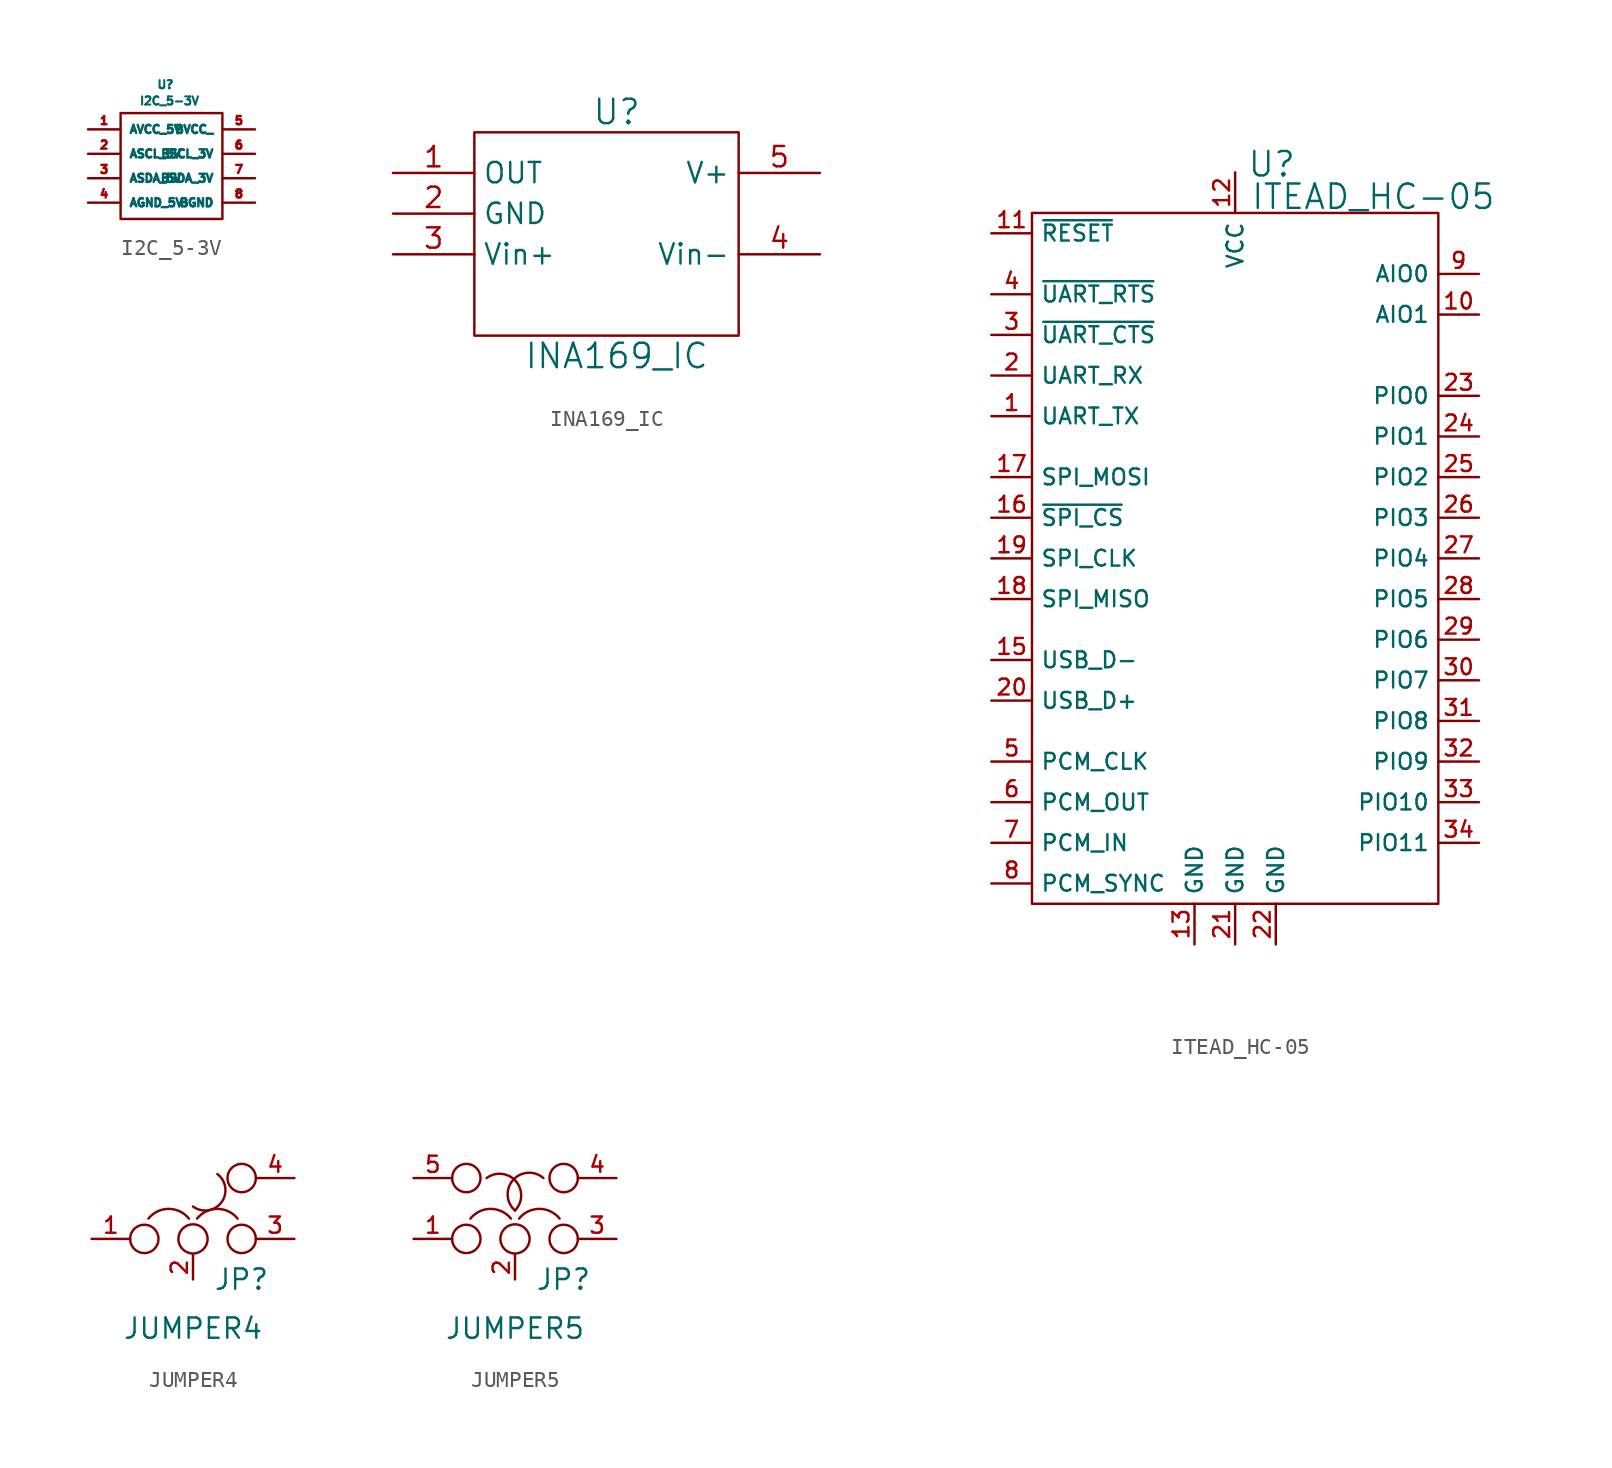
<source format=kicad_sym>
(kicad_symbol_lib
  (version 20201005)
  (generator kicad_symbol_editor)
  (symbol "Zimprich_neu:I2C_5-3V"
    (property "Reference" "U"
      (at -0.254 4.826 0)
      (effects (font (size 0.508 0.508))))
    (property "Value" "I2C_5-3V"
      (at 0 3.81 0)
      (effects (font (size 0.508 0.508))))
    (property "Footprint" ""
      (at 0 0 0)
      (effects (font (size 1.524 1.524))))
    (property "Datasheet" ""
      (at 0 0 0)
      (effects (font (size 1.524 1.524))))
    (symbol "I2C_5-3V_0_1"
      (rectangle (start -3.048 3.048) (end 3.302 -3.556) (stroke (width 0)) (fill (type none))))
    (symbol "I2C_5-3V_1_1"
      (pin input line (at -5.08 2.032 0) (length 2.007) (name "AVCC_5V" (effects (font (size 0.508 0.508)))) (number "1" (effects (font (size 0.508 0.508)))))
      (pin input line (at -5.08 0.508 0) (length 2.007) (name "ASCL_5V" (effects (font (size 0.508 0.508)))) (number "2" (effects (font (size 0.508 0.508)))))
      (pin input line (at -5.08 -1.016 0) (length 2.007) (name "ASDA_5V" (effects (font (size 0.508 0.508)))) (number "3" (effects (font (size 0.508 0.508)))))
      (pin input line (at -5.08 -2.54 0) (length 2.007) (name "AGND_5V" (effects (font (size 0.508 0.508)))) (number "4" (effects (font (size 0.508 0.508)))))
      (pin input line (at 5.334 2.032 180) (length 2.007) (name "BVCC_" (effects (font (size 0.508 0.508)))) (number "5" (effects (font (size 0.508 0.508)))))
      (pin input line (at 5.334 0.508 180) (length 2.007) (name "BSCL_3V" (effects (font (size 0.508 0.508)))) (number "6" (effects (font (size 0.508 0.508)))))
      (pin input line (at 5.334 -1.016 180) (length 2.007) (name "BSDA_3V" (effects (font (size 0.508 0.508)))) (number "7" (effects (font (size 0.508 0.508)))))
      (pin input line (at 5.334 -2.54 180) (length 2.007) (name "BGND" (effects (font (size 0.508 0.508)))) (number "8" (effects (font (size 0.508 0.508)))))))
  (symbol "Zimprich_neu:INA169_IC"
    (property "Reference" "U"
      (at 0 7.62 0)
      (effects (font (size 1.524 1.524))))
    (property "Value" "INA169_IC"
      (at 0 -7.62 0)
      (effects (font (size 1.524 1.524))))
    (property "Footprint" ""
      (at 0 -7.62 0)
      (effects (font (size 1.524 1.524))))
    (property "Datasheet" ""
      (at 0 -7.62 0)
      (effects (font (size 1.524 1.524))))
    (symbol "INA169_IC_0_1"
      (rectangle (start -8.89 6.35) (end 7.62 -6.35) (stroke (width 0)) (fill (type none))))
    (symbol "INA169_IC_1_1"
      (pin output line (at -13.97 3.81 0) (length 5.08) (name "OUT" (effects (font (size 1.27 1.27)))) (number "1" (effects (font (size 1.27 1.27)))))
      (pin input line (at -13.97 1.27 0) (length 5.08) (name "GND" (effects (font (size 1.27 1.27)))) (number "2" (effects (font (size 1.27 1.27)))))
      (pin input line (at -13.97 -1.27 0) (length 5.08) (name "Vin+" (effects (font (size 1.27 1.27)))) (number "3" (effects (font (size 1.27 1.27)))))
      (pin input line (at 12.7 -1.27 180) (length 5.08) (name "Vin-" (effects (font (size 1.27 1.27)))) (number "4" (effects (font (size 1.27 1.27)))))
      (pin input line (at 12.7 3.81 180) (length 5.08) (name "V+" (effects (font (size 1.27 1.27)))) (number "5" (effects (font (size 1.27 1.27)))))))
  (symbol "Zimprich_neu:ITEAD_HC-05"
    (property "Reference" "U"
      (at 2.286 24.638 0)
      (effects (font (size 1.524 1.524))))
    (property "Value" "ITEAD_HC-05"
      (at 8.636 22.606 0)
      (effects (font (size 1.524 1.524))))
    (property "Footprint" ""
      (at 0 0 0)
      (effects (font (size 1.524 1.524))))
    (property "Datasheet" ""
      (at 0 0 0)
      (effects (font (size 1.524 1.524))))
    (symbol "ITEAD_HC-05_0_1"
      (rectangle (start -12.7 21.59) (end 12.7 -21.59) (stroke (width 0)) (fill (type none))))
    (symbol "ITEAD_HC-05_1_1"
      (pin passive line (at -15.24 8.89 0) (length 2.54) (name "UART_TX" (effects (font (size 0.991 0.991)))) (number "1" (effects (font (size 0.991 0.991)))))
      (pin passive line (at 15.24 15.24 180) (length 2.54) (name "AIO1" (effects (font (size 0.991 0.991)))) (number "10" (effects (font (size 0.991 0.991)))))
      (pin passive line (at -15.24 20.32 0) (length 2.54) (name "~RESET" (effects (font (size 0.991 0.991)))) (number "11" (effects (font (size 0.991 0.991)))))
      (pin passive line (at 0 24.13 270) (length 2.54) (name "VCC" (effects (font (size 0.991 0.991)))) (number "12" (effects (font (size 0.991 0.991)))))
      (pin passive line (at -2.54 -24.13 90) (length 2.54) (name "GND" (effects (font (size 0.991 0.991)))) (number "13" (effects (font (size 0.991 0.991)))))
      (pin passive line (at -15.24 -6.35 0) (length 2.54) (name "USB_D-" (effects (font (size 0.991 0.991)))) (number "15" (effects (font (size 0.991 0.991)))))
      (pin passive line (at -15.24 2.54 0) (length 2.54) (name "~SPI_CS" (effects (font (size 0.991 0.991)))) (number "16" (effects (font (size 0.991 0.991)))))
      (pin passive line (at -15.24 5.08 0) (length 2.54) (name "SPI_MOSI" (effects (font (size 0.991 0.991)))) (number "17" (effects (font (size 0.991 0.991)))))
      (pin passive line (at -15.24 -2.54 0) (length 2.54) (name "SPI_MISO" (effects (font (size 0.991 0.991)))) (number "18" (effects (font (size 0.991 0.991)))))
      (pin passive line (at -15.24 0 0) (length 2.54) (name "SPI_CLK" (effects (font (size 0.991 0.991)))) (number "19" (effects (font (size 0.991 0.991)))))
      (pin passive line (at -15.24 11.43 0) (length 2.54) (name "UART_RX" (effects (font (size 0.991 0.991)))) (number "2" (effects (font (size 0.991 0.991)))))
      (pin passive line (at -15.24 -8.89 0) (length 2.54) (name "USB_D+" (effects (font (size 0.991 0.991)))) (number "20" (effects (font (size 0.991 0.991)))))
      (pin passive line (at 0 -24.13 90) (length 2.54) (name "GND" (effects (font (size 0.991 0.991)))) (number "21" (effects (font (size 0.991 0.991)))))
      (pin passive line (at 2.54 -24.13 90) (length 2.54) (name "GND" (effects (font (size 0.991 0.991)))) (number "22" (effects (font (size 0.991 0.991)))))
      (pin passive line (at 15.24 10.16 180) (length 2.54) (name "PIO0" (effects (font (size 0.991 0.991)))) (number "23" (effects (font (size 0.991 0.991)))))
      (pin passive line (at 15.24 7.62 180) (length 2.54) (name "PIO1" (effects (font (size 0.991 0.991)))) (number "24" (effects (font (size 0.991 0.991)))))
      (pin passive line (at 15.24 5.08 180) (length 2.54) (name "PIO2" (effects (font (size 0.991 0.991)))) (number "25" (effects (font (size 0.991 0.991)))))
      (pin passive line (at 15.24 2.54 180) (length 2.54) (name "PIO3" (effects (font (size 0.991 0.991)))) (number "26" (effects (font (size 0.991 0.991)))))
      (pin passive line (at 15.24 0 180) (length 2.54) (name "PIO4" (effects (font (size 0.991 0.991)))) (number "27" (effects (font (size 0.991 0.991)))))
      (pin passive line (at 15.24 -2.54 180) (length 2.54) (name "PIO5" (effects (font (size 0.991 0.991)))) (number "28" (effects (font (size 0.991 0.991)))))
      (pin passive line (at 15.24 -5.08 180) (length 2.54) (name "PIO6" (effects (font (size 0.991 0.991)))) (number "29" (effects (font (size 0.991 0.991)))))
      (pin passive line (at -15.24 13.97 0) (length 2.54) (name "~UART_CTS" (effects (font (size 0.991 0.991)))) (number "3" (effects (font (size 0.991 0.991)))))
      (pin passive line (at 15.24 -7.62 180) (length 2.54) (name "PIO7" (effects (font (size 0.991 0.991)))) (number "30" (effects (font (size 0.991 0.991)))))
      (pin passive line (at 15.24 -10.16 180) (length 2.54) (name "PIO8" (effects (font (size 0.991 0.991)))) (number "31" (effects (font (size 0.991 0.991)))))
      (pin passive line (at 15.24 -12.7 180) (length 2.54) (name "PIO9" (effects (font (size 0.991 0.991)))) (number "32" (effects (font (size 0.991 0.991)))))
      (pin passive line (at 15.24 -15.24 180) (length 2.54) (name "PIO10" (effects (font (size 0.991 0.991)))) (number "33" (effects (font (size 0.991 0.991)))))
      (pin passive line (at 15.24 -17.78 180) (length 2.54) (name "PIO11" (effects (font (size 0.991 0.991)))) (number "34" (effects (font (size 0.991 0.991)))))
      (pin passive line (at -15.24 16.51 0) (length 2.54) (name "~UART_RTS" (effects (font (size 0.991 0.991)))) (number "4" (effects (font (size 0.991 0.991)))))
      (pin passive line (at -15.24 -12.7 0) (length 2.54) (name "PCM_CLK" (effects (font (size 0.991 0.991)))) (number "5" (effects (font (size 0.991 0.991)))))
      (pin passive line (at -15.24 -15.24 0) (length 2.54) (name "PCM_OUT" (effects (font (size 0.991 0.991)))) (number "6" (effects (font (size 0.991 0.991)))))
      (pin passive line (at -15.24 -17.78 0) (length 2.54) (name "PCM_IN" (effects (font (size 0.991 0.991)))) (number "7" (effects (font (size 0.991 0.991)))))
      (pin passive line (at -15.24 -20.32 0) (length 2.54) (name "PCM_SYNC" (effects (font (size 0.991 0.991)))) (number "8" (effects (font (size 0.991 0.991)))))
      (pin passive line (at 15.24 17.78 180) (length 2.54) (name "AIO0" (effects (font (size 0.991 0.991)))) (number "9" (effects (font (size 0.991 0.991)))))))
  (symbol "Zimprich_neu:JUMPER4"
    (pin_names
      (offset 0.762) hide)
    (property "Reference" "JP"
      (at 1.27 -2.54 0)
      (effects (font (size 1.27 1.27)) (justify left)))
    (property "Value" "JUMPER4"
      (at 0 -6.35 0)
      (effects (font (size 1.27 1.27)) (justify bottom)))
    (property "Footprint" ""
      (at 0 0 0)
      (effects (font (size 1.27 1.27))))
    (property "Datasheet" ""
      (at 0 0 0)
      (effects (font (size 1.27 1.27))))
    (symbol "JUMPER4_0_1"
      (arc (start -0.254 1.27) (end -2.794 1.27) (radius (at -1.524 0.254) (length 1.6256) (angles 38.6 141.3)) (stroke (width 0)) (fill (type none)))
      (arc (start 1.524 4.064) (end 0 2.032) (radius (at 0.762 3.048) (length 1.27) (angles 53.2 -127)) (stroke (width 0)) (fill (type none)))
      (arc (start 2.794 1.27) (end 0.254 1.27) (radius (at 1.524 0.254) (length 1.6256) (angles 38.6 141.3)) (stroke (width 0)) (fill (type none)))
      (circle (center -3.048 0) (radius 0.889) (stroke (width 0)) (fill (type none)))
      (circle (center 0 0) (radius 0.914) (stroke (width 0)) (fill (type none)))
      (circle (center 3.048 0) (radius 0.889) (stroke (width 0)) (fill (type none)))
      (circle (center 3.048 3.81) (radius 0.889) (stroke (width 0)) (fill (type none)))
      (pin passive line (at -6.35 0 0) (length 2.413) (name "1" (effects (font (size 1.016 1.016)))) (number "1" (effects (font (size 1.016 1.016)))))
      (pin passive line (at 0 -2.54 90) (length 1.524) (name "2" (effects (font (size 1.016 1.016)))) (number "2" (effects (font (size 1.016 1.016)))))
      (pin passive line (at 6.35 0 180) (length 2.413) (name "3" (effects (font (size 1.016 1.016)))) (number "3" (effects (font (size 1.016 1.016)))))
      (pin passive line (at 6.35 3.81 180) (length 2.413) (name "4" (effects (font (size 1.016 1.016)))) (number "4" (effects (font (size 1.016 1.016)))))))
  (symbol "Zimprich_neu:JUMPER5"
    (pin_names
      (offset 0.762) hide)
    (property "Reference" "JP"
      (at 1.27 -2.54 0)
      (effects (font (size 1.27 1.27)) (justify left)))
    (property "Value" "JUMPER5"
      (at 0 -6.35 0)
      (effects (font (size 1.27 1.27)) (justify bottom)))
    (property "Footprint" ""
      (at 0 0 0)
      (effects (font (size 1.27 1.27))))
    (property "Datasheet" ""
      (at 0 0 0)
      (effects (font (size 1.27 1.27))))
    (symbol "JUMPER5_0_1"
      (arc (start -0.254 1.27) (end -2.794 1.27) (radius (at -1.524 0.254) (length 1.6256) (angles 38.6 141.3)) (stroke (width 0)) (fill (type none)))
      (arc (start -1.778 3.81) (end 0 1.778) (radius (at -0.9652 2.7178) (length 1.3716) (angles 126.7 -44.2)) (stroke (width 0)) (fill (type none)))
      (arc (start 1.778 3.81) (end 0 1.778) (radius (at 0.889 2.794) (length 1.3462) (angles 48.9 -131.3)) (stroke (width 0)) (fill (type none)))
      (arc (start 2.794 1.27) (end 0.254 1.27) (radius (at 1.524 0.254) (length 1.6256) (angles 38.6 141.3)) (stroke (width 0)) (fill (type none)))
      (circle (center -3.048 0) (radius 0.889) (stroke (width 0)) (fill (type none)))
      (circle (center -3.048 3.81) (radius 0.889) (stroke (width 0)) (fill (type none)))
      (circle (center 0 0) (radius 0.914) (stroke (width 0)) (fill (type none)))
      (circle (center 3.048 0) (radius 0.889) (stroke (width 0)) (fill (type none)))
      (circle (center 3.048 3.81) (radius 0.889) (stroke (width 0)) (fill (type none)))
      (pin passive line (at -6.35 0 0) (length 2.413) (name "1" (effects (font (size 1.016 1.016)))) (number "1" (effects (font (size 1.016 1.016)))))
      (pin passive line (at 0 -2.54 90) (length 1.524) (name "2" (effects (font (size 1.016 1.016)))) (number "2" (effects (font (size 1.016 1.016)))))
      (pin passive line (at 6.35 0 180) (length 2.413) (name "3" (effects (font (size 1.016 1.016)))) (number "3" (effects (font (size 1.016 1.016)))))
      (pin passive line (at 6.35 3.81 180) (length 2.413) (name "4" (effects (font (size 1.016 1.016)))) (number "4" (effects (font (size 1.016 1.016)))))
      (pin passive line (at -6.35 3.81 0) (length 2.413) (name "5" (effects (font (size 1.016 1.016)))) (number "5" (effects (font (size 1.016 1.016))))))))
</source>
